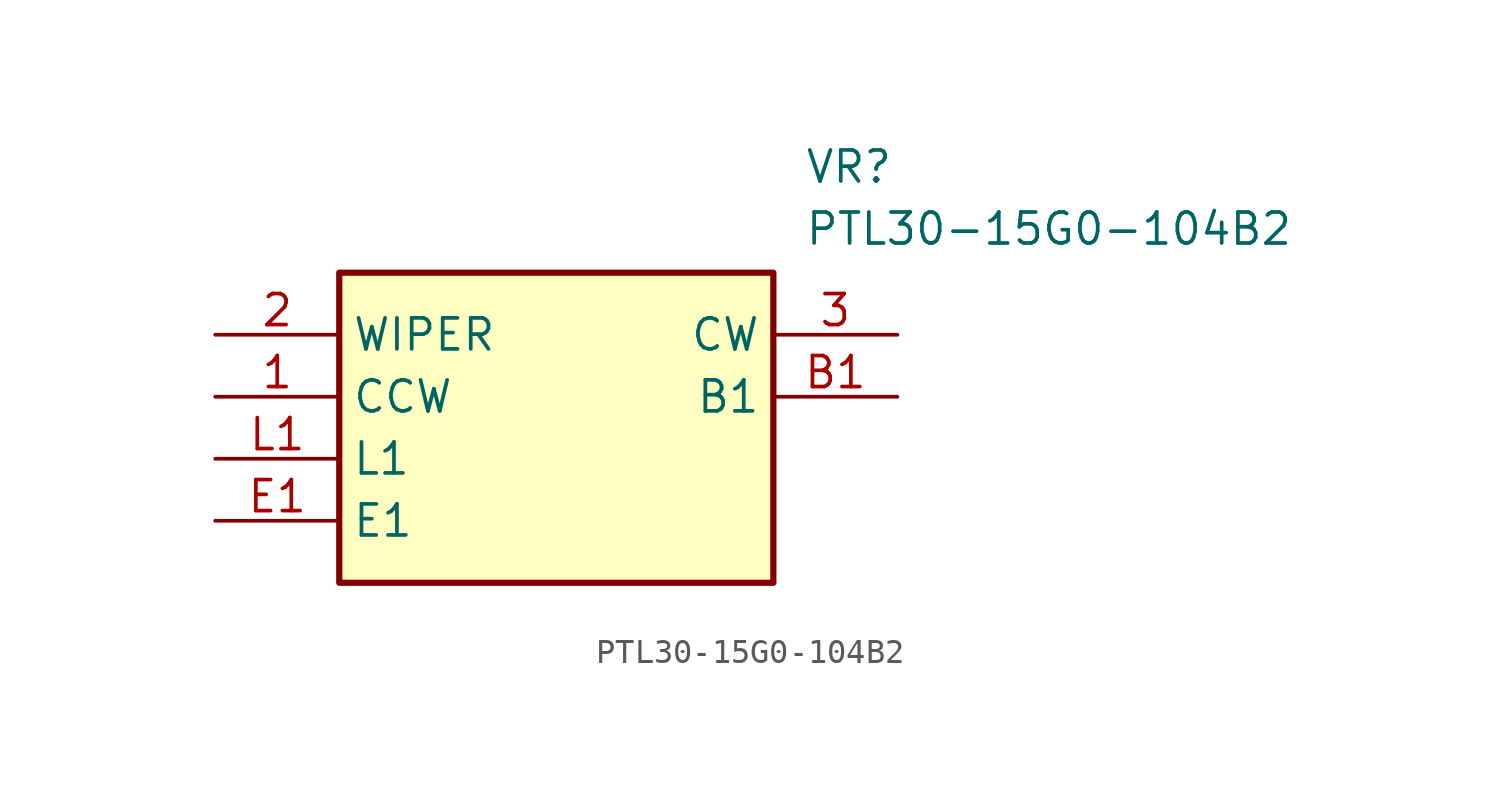
<source format=kicad_sym>
(kicad_symbol_lib
  (version 20211014)
  (generator SamacSys_ECAD_Model)
  (symbol "PTL30-15G0-104B2"
    (property "Reference" "VR"
      (at 24.13 7.62 0)
      (effects (font (size 1.27 1.27)) (justify left top)))
    (property "Value" "PTL30-15G0-104B2"
      (at 24.13 5.08 0)
      (effects (font (size 1.27 1.27)) (justify left top)))
    (rectangle
      (start 5.08 2.54)
      (end 22.86 -10.16)
      (stroke (width 0.254) (type default))
      (fill (type background)))
    (pin passive line
      (at 0 -2.54 0)
      (length 5.08)
      (name "CCW" (effects (font (size 1.27 1.27))))
      (number "1" (effects (font (size 1.27 1.27)))))
    (pin passive line
      (at 0 0 0)
      (length 5.08)
      (name "WIPER" (effects (font (size 1.27 1.27))))
      (number "2" (effects (font (size 1.27 1.27)))))
    (pin passive line
      (at 27.94 0 180)
      (length 5.08)
      (name "CW" (effects (font (size 1.27 1.27))))
      (number "3" (effects (font (size 1.27 1.27)))))
    (pin passive line
      (at 27.94 -2.54 180)
      (length 5.08)
      (name "B1" (effects (font (size 1.27 1.27))))
      (number "B1" (effects (font (size 1.27 1.27)))))
    (pin passive line
      (at 0 -7.62 0)
      (length 5.08)
      (name "E1" (effects (font (size 1.27 1.27))))
      (number "E1" (effects (font (size 1.27 1.27)))))
    (pin passive line
      (at 0 -5.08 0)
      (length 5.08)
      (name "L1" (effects (font (size 1.27 1.27))))
      (number "L1" (effects (font (size 1.27 1.27)))))))
</source>
